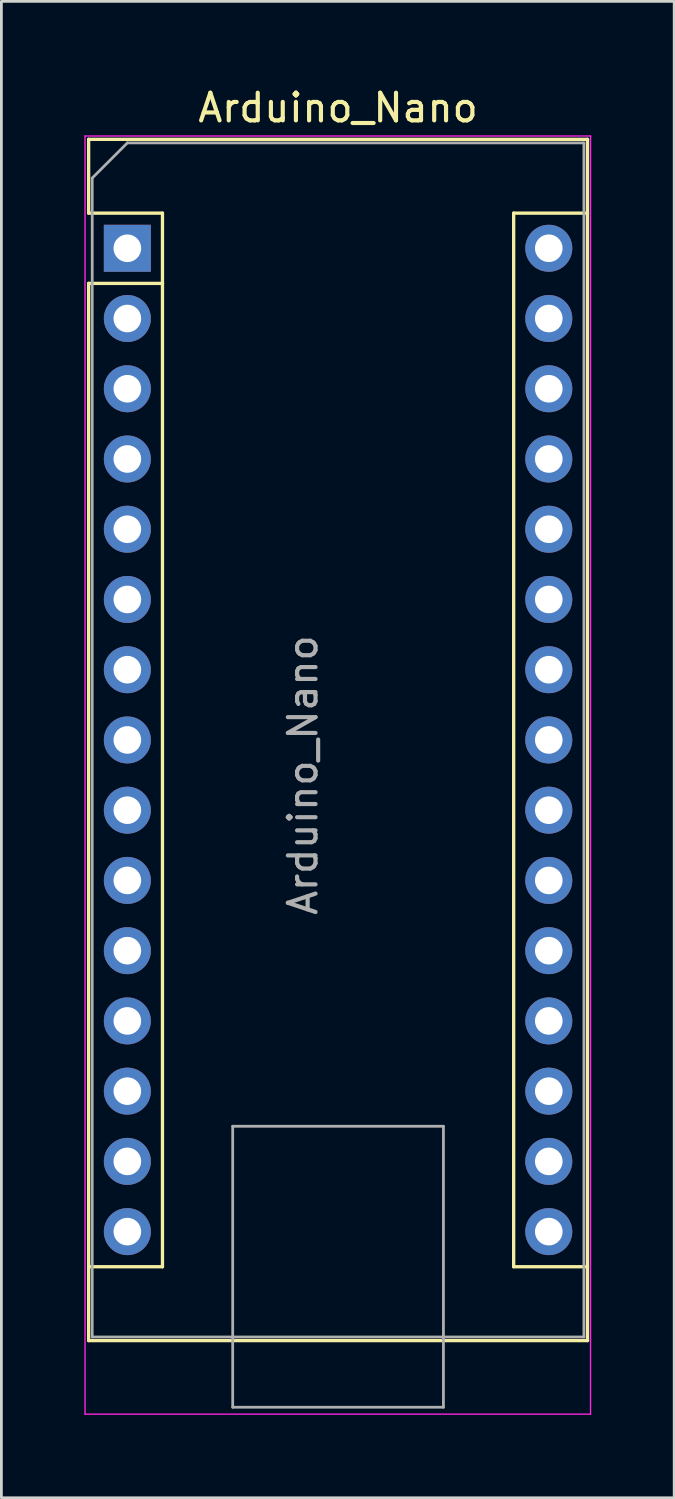
<source format=kicad_pcb>
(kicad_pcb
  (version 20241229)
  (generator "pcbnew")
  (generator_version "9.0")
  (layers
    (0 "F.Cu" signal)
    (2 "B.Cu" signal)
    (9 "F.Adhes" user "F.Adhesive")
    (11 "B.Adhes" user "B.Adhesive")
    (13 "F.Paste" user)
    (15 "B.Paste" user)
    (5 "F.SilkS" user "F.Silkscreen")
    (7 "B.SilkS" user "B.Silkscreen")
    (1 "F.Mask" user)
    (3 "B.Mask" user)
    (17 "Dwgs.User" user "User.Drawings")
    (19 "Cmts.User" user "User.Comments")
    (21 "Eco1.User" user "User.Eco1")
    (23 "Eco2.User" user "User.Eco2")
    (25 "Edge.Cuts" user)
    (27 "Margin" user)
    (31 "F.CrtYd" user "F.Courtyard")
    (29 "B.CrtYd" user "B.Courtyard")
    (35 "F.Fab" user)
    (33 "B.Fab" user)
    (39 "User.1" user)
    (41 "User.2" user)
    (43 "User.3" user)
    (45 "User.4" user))
  (footprint "Arduino_Nano"
    (layer "F.Cu")
    (at 1.555 5.928)
    (property "Reference" "Arduino_Nano" (at 7.62 -5.08 0) (layer "F.SilkS") (effects (font (size 1 1) (thickness 0.15))))
    (attr through_hole)
    (fp_line (start -1.4 -3.94) (end -1.4 -1.27) (stroke (width 0.12) (type solid)) (layer "F.SilkS"))
    (fp_line (start -1.4 1.27) (end -1.4 39.5) (stroke (width 0.12) (type solid)) (layer "F.SilkS"))
    (fp_line (start -1.4 39.5) (end 16.64 39.5) (stroke (width 0.12) (type solid)) (layer "F.SilkS"))
    (fp_line (start 1.27 -1.27) (end -1.4 -1.27) (stroke (width 0.12) (type solid)) (layer "F.SilkS"))
    (fp_line (start 1.27 1.27) (end -1.4 1.27) (stroke (width 0.12) (type solid)) (layer "F.SilkS"))
    (fp_line (start 1.27 1.27) (end 1.27 -1.27) (stroke (width 0.12) (type solid)) (layer "F.SilkS"))
    (fp_line (start 1.27 1.27) (end 1.27 36.83) (stroke (width 0.12) (type solid)) (layer "F.SilkS"))
    (fp_line (start 1.27 36.83) (end -1.4 36.83) (stroke (width 0.12) (type solid)) (layer "F.SilkS"))
    (fp_line (start 13.97 -1.27) (end 13.97 36.83) (stroke (width 0.12) (type solid)) (layer "F.SilkS"))
    (fp_line (start 13.97 -1.27) (end 16.64 -1.27) (stroke (width 0.12) (type solid)) (layer "F.SilkS"))
    (fp_line (start 13.97 36.83) (end 16.64 36.83) (stroke (width 0.12) (type solid)) (layer "F.SilkS"))
    (fp_line (start 16.64 -3.94) (end -1.4 -3.94) (stroke (width 0.12) (type solid)) (layer "F.SilkS"))
    (fp_line (start 16.64 39.5) (end 16.64 -3.94) (stroke (width 0.12) (type solid)) (layer "F.SilkS"))
    (fp_line (start -1.53 -4.06) (end -1.53 42.16) (stroke (width 0.05) (type solid)) (layer "F.CrtYd"))
    (fp_line (start -1.53 -4.06) (end 16.75 -4.06) (stroke (width 0.05) (type solid)) (layer "F.CrtYd"))
    (fp_line (start 16.75 42.16) (end -1.53 42.16) (stroke (width 0.05) (type solid)) (layer "F.CrtYd"))
    (fp_line (start 16.75 42.16) (end 16.75 -4.06) (stroke (width 0.05) (type solid)) (layer "F.CrtYd"))
    (fp_line (start -1.27 -2.54) (end 0 -3.81) (stroke (width 0.1) (type solid)) (layer "F.Fab"))
    (fp_line (start -1.27 39.37) (end -1.27 -2.54) (stroke (width 0.1) (type solid)) (layer "F.Fab"))
    (fp_line (start 0 -3.81) (end 16.51 -3.81) (stroke (width 0.1) (type solid)) (layer "F.Fab"))
    (fp_line (start 3.81 31.75) (end 11.43 31.75) (stroke (width 0.1) (type solid)) (layer "F.Fab"))
    (fp_line (start 3.81 41.91) (end 3.81 31.75) (stroke (width 0.1) (type solid)) (layer "F.Fab"))
    (fp_line (start 11.43 31.75) (end 11.43 41.91) (stroke (width 0.1) (type solid)) (layer "F.Fab"))
    (fp_line (start 11.43 41.91) (end 3.81 41.91) (stroke (width 0.1) (type solid)) (layer "F.Fab"))
    (fp_line (start 16.51 -3.81) (end 16.51 39.37) (stroke (width 0.1) (type solid)) (layer "F.Fab"))
    (fp_line (start 16.51 39.37) (end -1.27 39.37) (stroke (width 0.1) (type solid)) (layer "F.Fab"))
    (fp_text user "${REFERENCE}" (at 6.35 19.05 90) (layer "F.Fab") (effects (font (size 1 1) (thickness 0.15))))
    (pad "1" thru_hole rect (at 0 0) (size 1.7 1.7) (drill 1) (layers "*.Cu" "*.Mask"))
    (pad "2" thru_hole oval (at 0 2.54) (size 1.7 1.7) (drill 1) (layers "*.Cu" "*.Mask"))
    (pad "3" thru_hole oval (at 0 5.08) (size 1.7 1.7) (drill 1) (layers "*.Cu" "*.Mask"))
    (pad "4" thru_hole oval (at 0 7.62) (size 1.7 1.7) (drill 1) (layers "*.Cu" "*.Mask"))
    (pad "5" thru_hole oval (at 0 10.16) (size 1.7 1.7) (drill 1) (layers "*.Cu" "*.Mask"))
    (pad "6" thru_hole oval (at 0 12.7) (size 1.7 1.7) (drill 1) (layers "*.Cu" "*.Mask"))
    (pad "7" thru_hole oval (at 0 15.24) (size 1.7 1.7) (drill 1) (layers "*.Cu" "*.Mask"))
    (pad "8" thru_hole oval (at 0 17.78) (size 1.7 1.7) (drill 1) (layers "*.Cu" "*.Mask"))
    (pad "9" thru_hole oval (at 0 20.32) (size 1.7 1.7) (drill 1) (layers "*.Cu" "*.Mask"))
    (pad "10" thru_hole oval (at 0 22.86) (size 1.7 1.7) (drill 1) (layers "*.Cu" "*.Mask"))
    (pad "11" thru_hole oval (at 0 25.4) (size 1.7 1.7) (drill 1) (layers "*.Cu" "*.Mask"))
    (pad "12" thru_hole oval (at 0 27.94) (size 1.7 1.7) (drill 1) (layers "*.Cu" "*.Mask"))
    (pad "13" thru_hole oval (at 0 30.48) (size 1.7 1.7) (drill 1) (layers "*.Cu" "*.Mask"))
    (pad "14" thru_hole oval (at 0 33.02) (size 1.7 1.7) (drill 1) (layers "*.Cu" "*.Mask"))
    (pad "15" thru_hole oval (at 0 35.56) (size 1.7 1.7) (drill 1) (layers "*.Cu" "*.Mask"))
    (pad "16" thru_hole oval (at 15.24 35.56) (size 1.7 1.7) (drill 1) (layers "*.Cu" "*.Mask"))
    (pad "17" thru_hole oval (at 15.24 33.02) (size 1.7 1.7) (drill 1) (layers "*.Cu" "*.Mask"))
    (pad "18" thru_hole oval (at 15.24 30.48) (size 1.7 1.7) (drill 1) (layers "*.Cu" "*.Mask"))
    (pad "19" thru_hole oval (at 15.24 27.94) (size 1.7 1.7) (drill 1) (layers "*.Cu" "*.Mask"))
    (pad "20" thru_hole oval (at 15.24 25.4) (size 1.7 1.7) (drill 1) (layers "*.Cu" "*.Mask"))
    (pad "21" thru_hole oval (at 15.24 22.86) (size 1.7 1.7) (drill 1) (layers "*.Cu" "*.Mask"))
    (pad "22" thru_hole oval (at 15.24 20.32) (size 1.7 1.7) (drill 1) (layers "*.Cu" "*.Mask"))
    (pad "23" thru_hole oval (at 15.24 17.78) (size 1.7 1.7) (drill 1) (layers "*.Cu" "*.Mask"))
    (pad "24" thru_hole oval (at 15.24 15.24) (size 1.7 1.7) (drill 1) (layers "*.Cu" "*.Mask"))
    (pad "25" thru_hole oval (at 15.24 12.7) (size 1.7 1.7) (drill 1) (layers "*.Cu" "*.Mask"))
    (pad "26" thru_hole oval (at 15.24 10.16) (size 1.7 1.7) (drill 1) (layers "*.Cu" "*.Mask"))
    (pad "27" thru_hole oval (at 15.24 7.62) (size 1.7 1.7) (drill 1) (layers "*.Cu" "*.Mask"))
    (pad "28" thru_hole oval (at 15.24 5.08) (size 1.7 1.7) (drill 1) (layers "*.Cu" "*.Mask"))
    (pad "29" thru_hole oval (at 15.24 2.54) (size 1.7 1.7) (drill 1) (layers "*.Cu" "*.Mask"))
    (pad "30" thru_hole oval (at 15.24 0) (size 1.7 1.7) (drill 1) (layers "*.Cu" "*.Mask")))
  (gr_rect
    (start -3 -3)
    (end 21.33 51.113)
    (stroke (width 0.1) (type default))
    (fill no)
    (layer "Edge.Cuts")))
</source>
